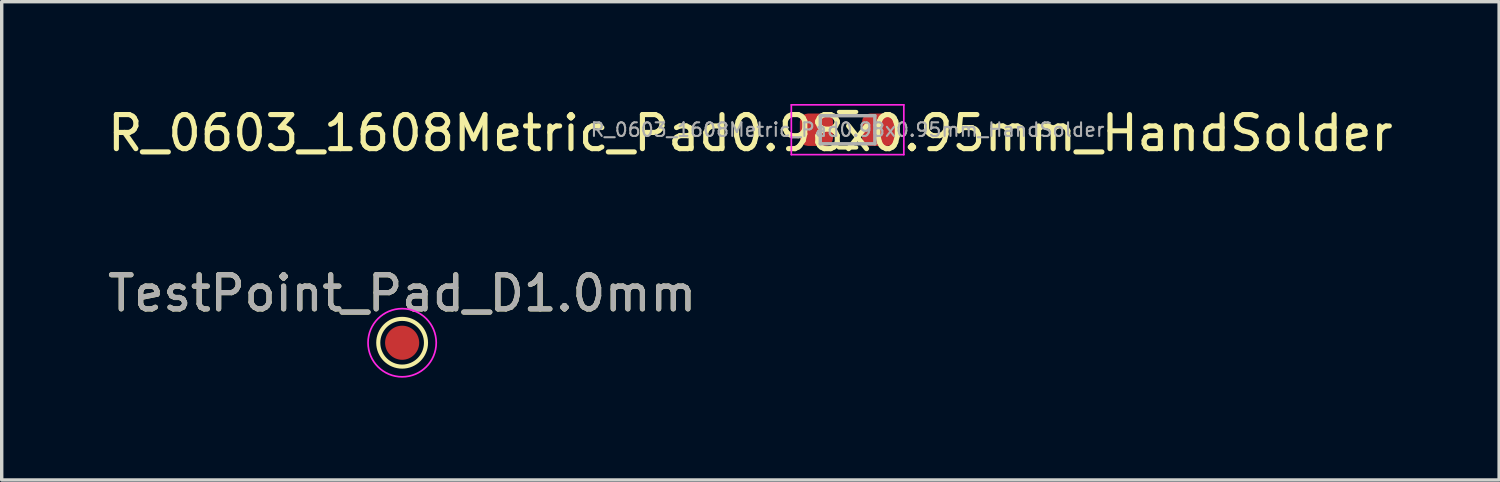
<source format=kicad_pcb>
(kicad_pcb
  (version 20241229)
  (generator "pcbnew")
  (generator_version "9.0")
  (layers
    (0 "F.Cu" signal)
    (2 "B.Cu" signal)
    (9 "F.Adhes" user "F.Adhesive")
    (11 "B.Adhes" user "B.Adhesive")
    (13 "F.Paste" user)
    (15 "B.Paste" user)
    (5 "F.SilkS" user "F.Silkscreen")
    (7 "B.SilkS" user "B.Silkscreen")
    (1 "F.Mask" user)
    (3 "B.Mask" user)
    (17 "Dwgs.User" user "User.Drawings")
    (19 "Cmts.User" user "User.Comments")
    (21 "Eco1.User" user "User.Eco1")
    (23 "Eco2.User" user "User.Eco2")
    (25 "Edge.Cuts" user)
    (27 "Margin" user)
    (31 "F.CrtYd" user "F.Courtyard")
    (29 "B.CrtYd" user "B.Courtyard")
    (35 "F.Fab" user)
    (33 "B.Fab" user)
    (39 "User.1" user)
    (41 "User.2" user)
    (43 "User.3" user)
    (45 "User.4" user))
  (footprint "TestPoint_Pad_D1.0mm"
    (layer "F.Cu")
    (at 8.744 7.002)
    (property "Reference" "TestPoint_Pad_D1.0mm" (at 0 -1.448 0) (layer "F.SilkS") (effects (font (size 1 1) (thickness 0.15))))
    (attr exclude_from_pos_files exclude_from_bom)
    (fp_circle (center 0 0) (end 0 0.7) (stroke (width 0.12) (type solid)) (fill no) (layer "F.SilkS"))
    (fp_circle (center 0 0) (end 1 0) (stroke (width 0.05) (type solid)) (fill no) (layer "F.CrtYd"))
    (fp_text user "${REFERENCE}" (at 0 -1.45 0) (layer "F.Fab") (effects (font (size 1 1) (thickness 0.15))))
    (pad "1" smd circle (at 0 0) (size 1 1) (layers "F.Cu" "F.Mask")))
  (footprint "R_0603_1608Metric_Pad0.98x0.95mm_HandSolder"
    (layer "F.Cu")
    (at 21.808 0.755)
    (property "Reference" "R_0603_1608Metric_Pad0.98x0.95mm_HandSolder" (at -2.85 0.1 0) (layer "F.SilkS") (effects (font (size 1 1) (thickness 0.15))))
    (attr smd)
    (fp_line (start -0.255 -0.522) (end 0.255 -0.522) (stroke (width 0.12) (type solid)) (layer "F.SilkS"))
    (fp_line (start -0.255 0.522) (end 0.255 0.522) (stroke (width 0.12) (type solid)) (layer "F.SilkS"))
    (fp_line (start -1.65 -0.73) (end 1.65 -0.73) (stroke (width 0.05) (type solid)) (layer "F.CrtYd"))
    (fp_line (start -1.65 0.73) (end -1.65 -0.73) (stroke (width 0.05) (type solid)) (layer "F.CrtYd"))
    (fp_line (start 1.65 -0.73) (end 1.65 0.73) (stroke (width 0.05) (type solid)) (layer "F.CrtYd"))
    (fp_line (start 1.65 0.73) (end -1.65 0.73) (stroke (width 0.05) (type solid)) (layer "F.CrtYd"))
    (fp_line (start -0.8 -0.412) (end 0.8 -0.412) (stroke (width 0.1) (type solid)) (layer "F.Fab"))
    (fp_line (start -0.8 0.412) (end -0.8 -0.412) (stroke (width 0.1) (type solid)) (layer "F.Fab"))
    (fp_line (start 0.8 -0.412) (end 0.8 0.412) (stroke (width 0.1) (type solid)) (layer "F.Fab"))
    (fp_line (start 0.8 0.412) (end -0.8 0.412) (stroke (width 0.1) (type solid)) (layer "F.Fab"))
    (fp_text user "${REFERENCE}" (at 0 0 0) (layer "F.Fab") (effects (font (size 0.4 0.4) (thickness 0.06))))
    (pad "1" smd roundrect (at -0.912 0) (size 0.975 0.95) (layers "F.Cu" "F.Mask" "F.Paste") (roundrect_rratio 0.25))
    (pad "2" smd roundrect (at 0.912 0) (size 0.975 0.95) (layers "F.Cu" "F.Mask" "F.Paste") (roundrect_rratio 0.25)))
  (gr_rect
    (start -3 -3)
    (end 40.917 11.027)
    (stroke (width 0.1) (type default))
    (fill no)
    (layer "Edge.Cuts")))
</source>
